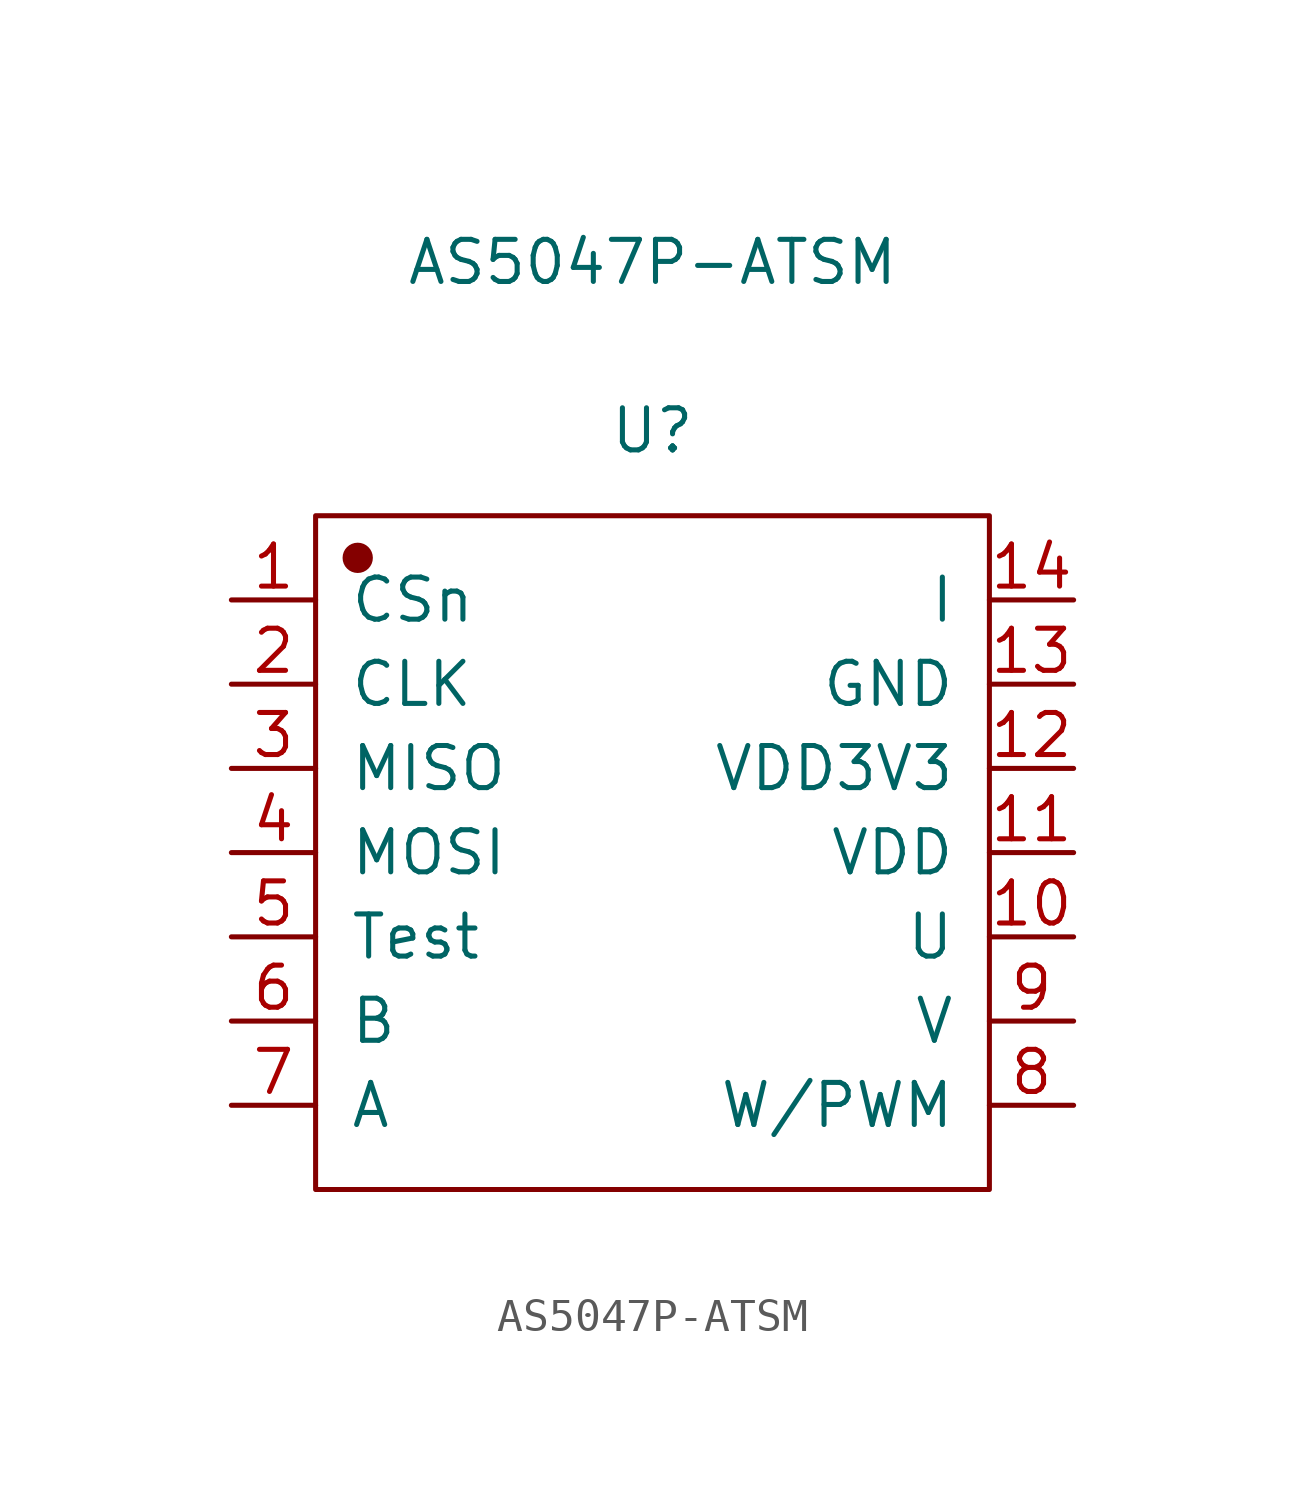
<source format=kicad_sym>
(kicad_symbol_lib
  (version 20241209)
  (generator "kicad_symbol_editor")
  (generator_version "9.0")
  (symbol "AS5047P-ATSM"
    (pin_names
      (offset 1.016))
    (property "Reference" "U"
      (at 0 12.725 0)
      (effects (font (size 1.27 1.27))))
    (property "Value" "AS5047P-ATSM"
      (at 0 17.805 0)
      (effects (font (size 1.27 1.27))))
    (symbol "AS5047P-ATSM_1_1"
      (rectangle (start -10.16 10.16) (end 10.16 -10.16) (stroke (width 0.152) (type solid)) (fill (type none)))
      (circle (center -8.89 8.89) (radius 0.381) (stroke (width 0.152) (type solid)) (fill (type outline)))
      (pin input line (at -12.7 7.62 0) (length 2.54) (name "CSn" (effects (font (size 1.27 1.27)))) (number "1" (effects (font (size 1.27 1.27)))))
      (pin bidirectional line (at -12.7 5.08 0) (length 2.54) (name "CLK" (effects (font (size 1.27 1.27)))) (number "2" (effects (font (size 1.27 1.27)))))
      (pin bidirectional line (at -12.7 2.54 0) (length 2.54) (name "MISO" (effects (font (size 1.27 1.27)))) (number "3" (effects (font (size 1.27 1.27)))))
      (pin bidirectional line (at -12.7 0 0) (length 2.54) (name "MOSI" (effects (font (size 1.27 1.27)))) (number "4" (effects (font (size 1.27 1.27)))))
      (pin power_in line (at -12.7 -2.54 0) (length 2.54) (name "Test" (effects (font (size 1.27 1.27)))) (number "5" (effects (font (size 1.27 1.27)))))
      (pin output line (at -12.7 -5.08 0) (length 2.54) (name "B" (effects (font (size 1.27 1.27)))) (number "6" (effects (font (size 1.27 1.27)))))
      (pin output line (at -12.7 -7.62 0) (length 2.54) (name "A" (effects (font (size 1.27 1.27)))) (number "7" (effects (font (size 1.27 1.27)))))
      (pin output line (at 12.7 7.62 180) (length 2.54) (name "I" (effects (font (size 1.27 1.27)))) (number "14" (effects (font (size 1.27 1.27)))))
      (pin power_in line (at 12.7 5.08 180) (length 2.54) (name "GND" (effects (font (size 1.27 1.27)))) (number "13" (effects (font (size 1.27 1.27)))))
      (pin power_in line (at 12.7 2.54 180) (length 2.54) (name "VDD3V3" (effects (font (size 1.27 1.27)))) (number "12" (effects (font (size 1.27 1.27)))))
      (pin power_in line (at 12.7 0 180) (length 2.54) (name "VDD" (effects (font (size 1.27 1.27)))) (number "11" (effects (font (size 1.27 1.27)))))
      (pin output line (at 12.7 -2.54 180) (length 2.54) (name "U" (effects (font (size 1.27 1.27)))) (number "10" (effects (font (size 1.27 1.27)))))
      (pin output line (at 12.7 -5.08 180) (length 2.54) (name "V" (effects (font (size 1.27 1.27)))) (number "9" (effects (font (size 1.27 1.27)))))
      (pin output line (at 12.7 -7.62 180) (length 2.54) (name "W/PWM" (effects (font (size 1.27 1.27)))) (number "8" (effects (font (size 1.27 1.27))))))))
</source>
